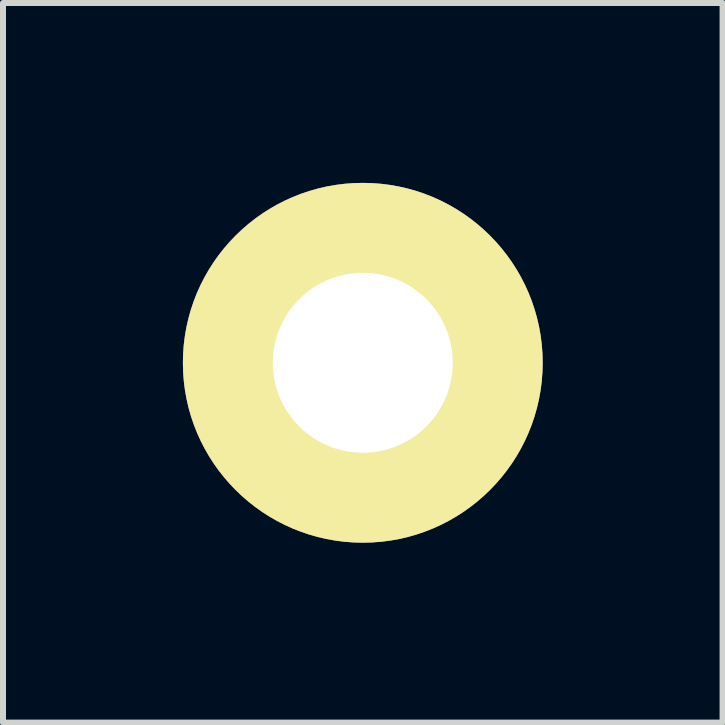
<source format=kicad_pcb>
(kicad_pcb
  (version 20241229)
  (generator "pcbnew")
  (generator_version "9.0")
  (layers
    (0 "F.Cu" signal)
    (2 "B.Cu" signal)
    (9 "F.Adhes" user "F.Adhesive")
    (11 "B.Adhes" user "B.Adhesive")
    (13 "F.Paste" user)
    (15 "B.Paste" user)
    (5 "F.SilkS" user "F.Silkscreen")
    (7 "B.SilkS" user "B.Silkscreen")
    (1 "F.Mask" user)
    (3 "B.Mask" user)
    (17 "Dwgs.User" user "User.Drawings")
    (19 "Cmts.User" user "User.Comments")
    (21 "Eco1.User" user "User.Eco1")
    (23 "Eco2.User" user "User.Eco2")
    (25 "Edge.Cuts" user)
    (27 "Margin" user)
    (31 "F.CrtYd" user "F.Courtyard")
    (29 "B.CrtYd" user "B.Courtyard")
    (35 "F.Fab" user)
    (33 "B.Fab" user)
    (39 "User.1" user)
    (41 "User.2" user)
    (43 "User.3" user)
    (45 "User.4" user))
  (footprint "M3"
    (layer "F.Cu")
    (at 3 3)
    (property "Reference" "M3" (at 0 0.75 0) (layer "F.SilkS") (effects (font (size 1.5 1.5) (thickness 0.15))))
    (attr through_hole)
    (pad "1" thru_hole circle (at 0 0) (size 6 6) (drill 3) (layers "*.Cu" "*.Mask" "F.SilkS")))
  (gr_rect
    (start -3 -3)
    (end 9 9)
    (stroke (width 0.1) (type default))
    (fill no)
    (layer "Edge.Cuts")))
</source>
